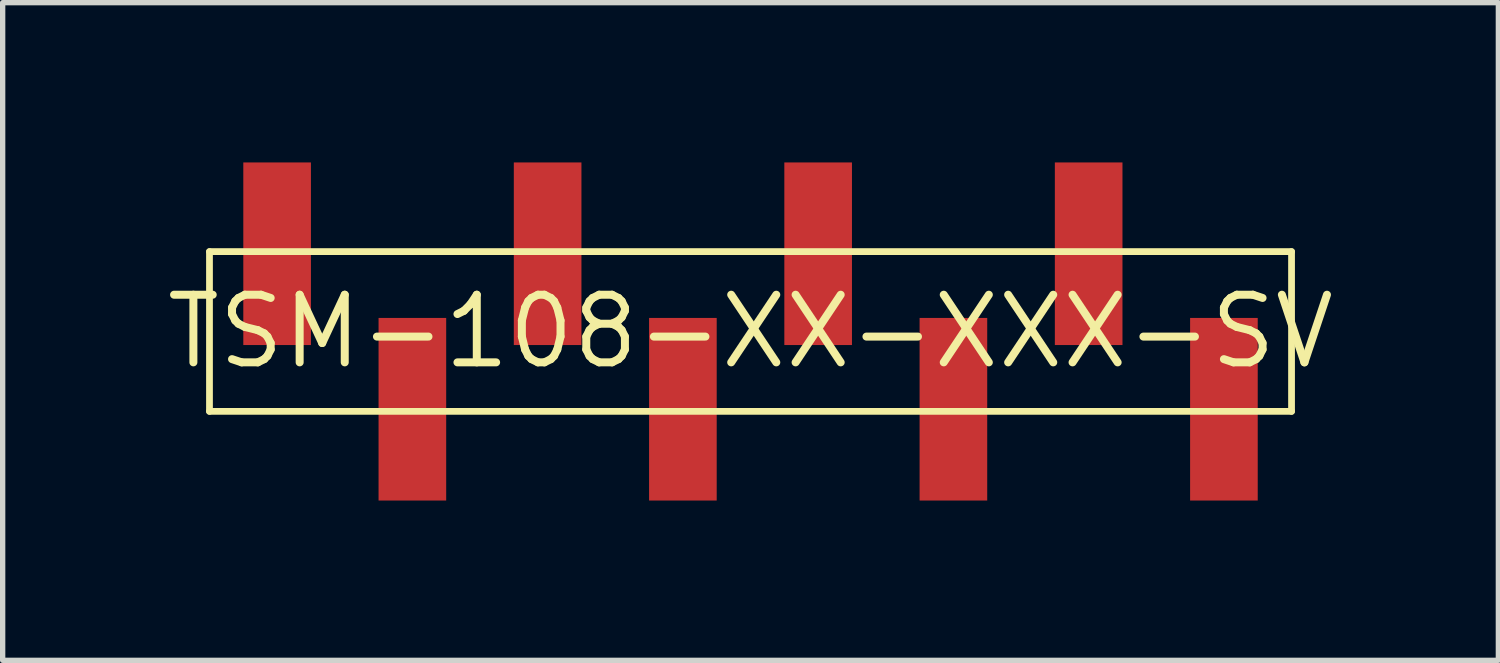
<source format=kicad_pcb>
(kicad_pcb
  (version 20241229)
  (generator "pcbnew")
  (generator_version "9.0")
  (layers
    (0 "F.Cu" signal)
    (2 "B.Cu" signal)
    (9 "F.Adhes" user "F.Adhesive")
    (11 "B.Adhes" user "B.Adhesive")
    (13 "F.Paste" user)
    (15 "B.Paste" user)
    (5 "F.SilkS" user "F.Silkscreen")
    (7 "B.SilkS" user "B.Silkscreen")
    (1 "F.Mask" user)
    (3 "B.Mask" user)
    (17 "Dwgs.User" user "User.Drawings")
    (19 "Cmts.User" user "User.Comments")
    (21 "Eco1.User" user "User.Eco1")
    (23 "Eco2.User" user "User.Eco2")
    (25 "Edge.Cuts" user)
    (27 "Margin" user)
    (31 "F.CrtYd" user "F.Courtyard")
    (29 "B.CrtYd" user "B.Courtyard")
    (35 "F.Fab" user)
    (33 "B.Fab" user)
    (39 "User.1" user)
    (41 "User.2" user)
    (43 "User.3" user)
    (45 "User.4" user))
  (footprint "TSM-108-XX-XXX-SV"
    (layer "F.Cu")
    (at 11.044 3.175)
    (property "Reference" "TSM-108-XX-XXX-SV" (at 0 0 0) (layer "F.SilkS") (effects (font (size 1.27 1.27) (thickness 0.15))))
    (attr through_hole)
    (fp_line (start -10.16 -1.5) (end 10.16 -1.5) (stroke (width 0.127) (type solid)) (layer "F.SilkS"))
    (fp_line (start -10.16 1.5) (end -10.16 -1.5) (stroke (width 0.127) (type solid)) (layer "F.SilkS"))
    (fp_line (start 10.16 -1.5) (end 10.16 1.5) (stroke (width 0.127) (type solid)) (layer "F.SilkS"))
    (fp_line (start 10.16 1.5) (end -10.16 1.5) (stroke (width 0.127) (type solid)) (layer "F.SilkS"))
    (pad "1" smd rect (at 8.89 1.46) (size 1.27 3.429) (layers "F.Cu" "F.Mask" "F.Paste"))
    (pad "2" smd rect (at 6.35 -1.46) (size 1.27 3.429) (layers "F.Cu" "F.Mask" "F.Paste"))
    (pad "3" smd rect (at 3.81 1.46) (size 1.27 3.429) (layers "F.Cu" "F.Mask" "F.Paste"))
    (pad "4" smd rect (at 1.27 -1.46) (size 1.27 3.429) (layers "F.Cu" "F.Mask" "F.Paste"))
    (pad "5" smd rect (at -1.27 1.46) (size 1.27 3.429) (layers "F.Cu" "F.Mask" "F.Paste"))
    (pad "6" smd rect (at -3.81 -1.46) (size 1.27 3.429) (layers "F.Cu" "F.Mask" "F.Paste"))
    (pad "7" smd rect (at -6.35 1.46) (size 1.27 3.429) (layers "F.Cu" "F.Mask" "F.Paste"))
    (pad "8" smd rect (at -8.89 -1.46) (size 1.27 3.429) (layers "F.Cu" "F.Mask" "F.Paste")))
  (gr_rect
    (start -3 -3)
    (end 25.088 9.35)
    (stroke (width 0.1) (type default))
    (fill no)
    (layer "Edge.Cuts")))
</source>
